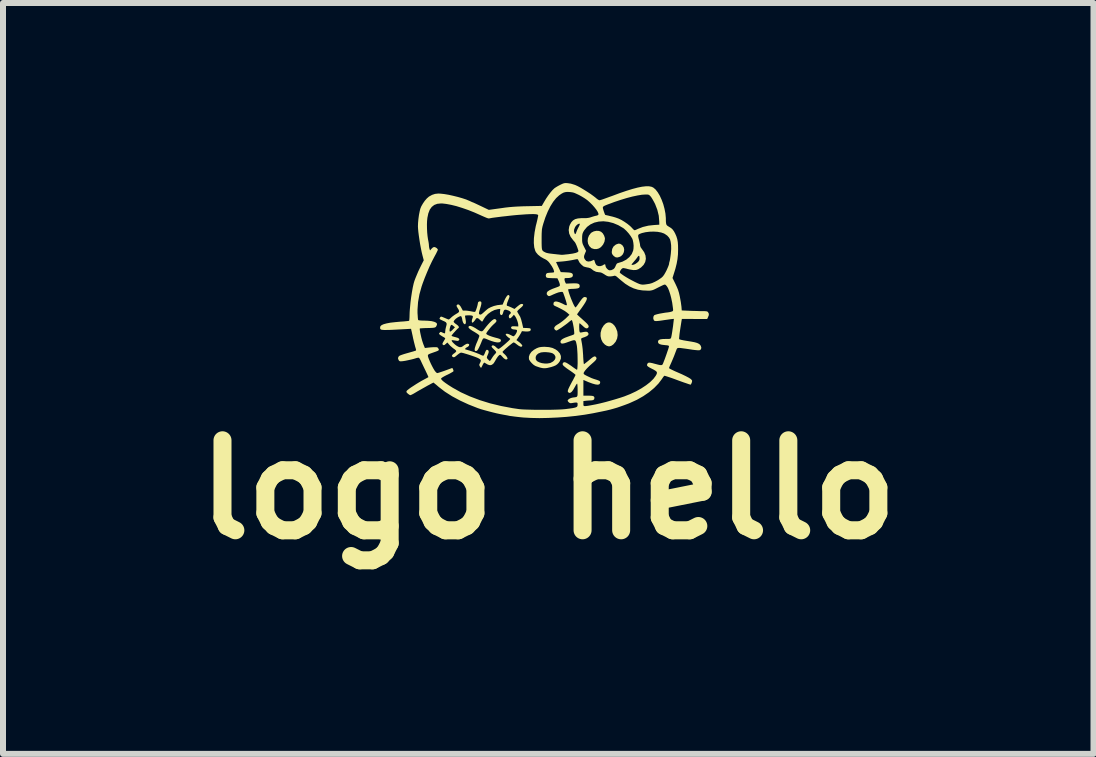
<source format=kicad_pcb>
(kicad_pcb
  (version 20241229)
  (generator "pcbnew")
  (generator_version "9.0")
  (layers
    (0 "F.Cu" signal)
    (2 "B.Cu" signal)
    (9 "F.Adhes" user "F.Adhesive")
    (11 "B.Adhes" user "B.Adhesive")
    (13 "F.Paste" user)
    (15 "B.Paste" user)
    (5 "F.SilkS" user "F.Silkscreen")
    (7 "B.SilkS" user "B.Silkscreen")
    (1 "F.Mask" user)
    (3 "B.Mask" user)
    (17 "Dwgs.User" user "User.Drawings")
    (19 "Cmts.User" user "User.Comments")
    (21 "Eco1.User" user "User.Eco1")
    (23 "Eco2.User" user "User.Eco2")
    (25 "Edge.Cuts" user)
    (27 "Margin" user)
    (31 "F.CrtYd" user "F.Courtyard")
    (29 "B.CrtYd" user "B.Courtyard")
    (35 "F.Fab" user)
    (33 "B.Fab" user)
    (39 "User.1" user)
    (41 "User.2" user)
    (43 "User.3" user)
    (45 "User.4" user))
  (footprint "logo hello"
    (layer "F.Cu")
    (at 6.102 2.108)
    (property "Reference" "logo hello" (at -0.016 3 0) (layer "F.SilkS") (effects (font (size 1.5 1.5) (thickness 0.3))))
    (attr board_only exclude_from_pos_files exclude_from_bom)
    (fp_poly (pts (xy 1.181 -1.096) (xy 1.21 -1.078) (xy 1.222 -1.067) (xy 1.242 -1.034) (xy 1.249 -0.996) (xy 1.243 -0.957) (xy 1.226 -0.92) (xy 1.198 -0.891) (xy 1.176 -0.879) (xy 1.139 -0.868) (xy 1.108 -0.87) (xy 1.08 -0.888) (xy 1.071 -0.896) (xy 1.052 -0.919) (xy 1.043 -0.941) (xy 1.042 -0.962) (xy 1.049 -1.01) (xy 1.071 -1.051) (xy 1.106 -1.08) (xy 1.115 -1.085) (xy 1.151 -1.098)) (stroke (width 0) (type solid)) (fill yes) (layer "F.SilkS"))
    (fp_poly (pts (xy 1.016 0.216) (xy 1.052 0.234) (xy 1.087 0.268) (xy 1.11 0.305) (xy 1.134 0.366) (xy 1.14 0.426) (xy 1.131 0.483) (xy 1.106 0.537) (xy 1.067 0.582) (xy 1.031 0.606) (xy 0.996 0.614) (xy 0.959 0.604) (xy 0.927 0.584) (xy 0.891 0.546) (xy 0.867 0.498) (xy 0.855 0.443) (xy 0.856 0.386) (xy 0.871 0.33) (xy 0.878 0.312) (xy 0.909 0.263) (xy 0.943 0.231) (xy 0.979 0.215)) (stroke (width 0) (type solid)) (fill yes) (layer "F.SilkS"))
    (fp_poly (pts (xy 0.828 -1.31) (xy 0.864 -1.296) (xy 0.864 -1.296) (xy 0.892 -1.27) (xy 0.914 -1.233) (xy 0.927 -1.193) (xy 0.928 -1.177) (xy 0.92 -1.13) (xy 0.898 -1.084) (xy 0.865 -1.044) (xy 0.83 -1.019) (xy 0.792 -1.008) (xy 0.749 -1.008) (xy 0.71 -1.02) (xy 0.699 -1.026) (xy 0.667 -1.058) (xy 0.647 -1.098) (xy 0.64 -1.142) (xy 0.645 -1.189) (xy 0.662 -1.233) (xy 0.691 -1.271) (xy 0.706 -1.284) (xy 0.743 -1.303) (xy 0.786 -1.312)) (stroke (width 0) (type solid)) (fill yes) (layer "F.SilkS"))
    (fp_poly (pts (xy -0.004 0.626) (xy 0.055 0.64) (xy 0.107 0.665) (xy 0.143 0.692) (xy 0.177 0.731) (xy 0.194 0.774) (xy 0.194 0.817) (xy 0.176 0.861) (xy 0.156 0.889) (xy 0.133 0.912) (xy 0.107 0.93) (xy 0.075 0.944) (xy 0.032 0.958) (xy 0.011 0.963) (xy -0.035 0.974) (xy -0.071 0.978) (xy -0.104 0.977) (xy -0.141 0.97) (xy -0.162 0.964) (xy -0.195 0.953) (xy -0.226 0.942) (xy -0.241 0.934) (xy -0.267 0.916) (xy -0.294 0.89) (xy -0.318 0.862) (xy -0.334 0.836) (xy -0.338 0.827) (xy -0.339 0.79) (xy -0.226 0.79) (xy -0.225 0.824) (xy -0.218 0.842) (xy -0.198 0.863) (xy -0.165 0.88) (xy -0.123 0.893) (xy -0.077 0.899) (xy -0.031 0.899) (xy 0.01 0.892) (xy 0.023 0.888) (xy 0.064 0.865) (xy 0.091 0.837) (xy 0.104 0.807) (xy 0.101 0.777) (xy 0.083 0.749) (xy 0.059 0.731) (xy 0.032 0.721) (xy -0.006 0.714) (xy -0.05 0.71) (xy -0.094 0.71) (xy -0.133 0.714) (xy -0.145 0.717) (xy -0.185 0.734) (xy -0.212 0.759) (xy -0.226 0.79) (xy -0.339 0.79) (xy -0.339 0.786) (xy -0.325 0.745) (xy -0.297 0.705) (xy -0.256 0.671) (xy -0.212 0.646) (xy -0.183 0.634) (xy -0.157 0.627) (xy -0.129 0.623) (xy -0.091 0.621) (xy -0.075 0.621)) (stroke (width 0) (type solid)) (fill yes) (layer "F.SilkS"))
    (fp_poly (pts (xy -0.889 0.168) (xy -0.883 0.177) (xy -0.879 0.187) (xy -0.881 0.197) (xy -0.89 0.211) (xy -0.909 0.23) (xy -0.931 0.25) (xy -0.96 0.279) (xy -0.988 0.311) (xy -1.014 0.344) (xy -1.035 0.372) (xy -1.048 0.394) (xy -1.05 0.403) (xy -1.042 0.413) (xy -1.02 0.426) (xy -0.988 0.44) (xy -0.947 0.454) (xy -0.902 0.467) (xy -0.86 0.478) (xy -0.832 0.487) (xy -0.816 0.495) (xy -0.808 0.503) (xy -0.805 0.514) (xy -0.805 0.517) (xy -0.813 0.536) (xy -0.833 0.546) (xy -0.867 0.548) (xy -0.911 0.54) (xy -0.964 0.524) (xy -1.006 0.508) (xy -1.046 0.491) (xy -1.073 0.481) (xy -1.091 0.479) (xy -1.103 0.485) (xy -1.113 0.502) (xy -1.125 0.529) (xy -1.129 0.54) (xy -1.152 0.595) (xy -1.171 0.635) (xy -1.186 0.663) (xy -1.198 0.68) (xy -1.21 0.689) (xy -1.221 0.691) (xy -1.236 0.689) (xy -1.242 0.679) (xy -1.243 0.661) (xy -1.239 0.64) (xy -1.229 0.608) (xy -1.215 0.569) (xy -1.203 0.542) (xy -1.187 0.504) (xy -1.175 0.472) (xy -1.166 0.447) (xy -1.164 0.437) (xy -1.172 0.424) (xy -1.195 0.406) (xy -1.234 0.381) (xy -1.242 0.376) (xy -1.288 0.349) (xy -1.319 0.327) (xy -1.338 0.31) (xy -1.346 0.295) (xy -1.345 0.285) (xy -1.332 0.273) (xy -1.308 0.273) (xy -1.274 0.286) (xy -1.23 0.31) (xy -1.223 0.315) (xy -1.183 0.341) (xy -1.153 0.357) (xy -1.132 0.363) (xy -1.115 0.36) (xy -1.099 0.347) (xy -1.081 0.324) (xy -1.076 0.318) (xy -1.051 0.286) (xy -1.02 0.249) (xy -0.989 0.215) (xy -0.986 0.212) (xy -0.952 0.18) (xy -0.925 0.162) (xy -0.904 0.158)) (stroke (width 0) (type solid)) (fill yes) (layer "F.SilkS"))
    (fp_poly (pts (xy -0.669 -0.235) (xy -0.663 -0.227) (xy -0.662 -0.216) (xy -0.667 -0.198) (xy -0.678 -0.17) (xy -0.682 -0.16) (xy -0.7 -0.114) (xy -0.708 -0.083) (xy -0.706 -0.065) (xy -0.698 -0.061) (xy -0.685 -0.058) (xy -0.661 -0.048) (xy -0.633 -0.036) (xy -0.579 -0.01) (xy -0.528 -0.054) (xy -0.496 -0.079) (xy -0.472 -0.092) (xy -0.455 -0.094) (xy -0.437 -0.088) (xy -0.434 -0.076) (xy -0.446 -0.056) (xy -0.474 -0.029) (xy -0.482 -0.023) (xy -0.507 -0.001) (xy -0.525 0.018) (xy -0.534 0.03) (xy -0.534 0.031) (xy -0.529 0.044) (xy -0.517 0.065) (xy -0.504 0.087) (xy -0.484 0.121) (xy -0.469 0.162) (xy -0.455 0.216) (xy -0.454 0.219) (xy -0.434 0.306) (xy -0.372 0.308) (xy -0.34 0.31) (xy -0.321 0.313) (xy -0.312 0.319) (xy -0.308 0.328) (xy -0.308 0.33) (xy -0.312 0.35) (xy -0.332 0.362) (xy -0.368 0.366) (xy -0.4 0.365) (xy -0.455 0.36) (xy -0.469 0.388) (xy -0.482 0.41) (xy -0.5 0.44) (xy -0.515 0.463) (xy -0.547 0.509) (xy -0.521 0.528) (xy -0.49 0.552) (xy -0.466 0.575) (xy -0.451 0.595) (xy -0.449 0.606) (xy -0.46 0.619) (xy -0.481 0.618) (xy -0.509 0.604) (xy -0.539 0.582) (xy -0.57 0.558) (xy -0.59 0.548) (xy -0.598 0.549) (xy -0.617 0.562) (xy -0.643 0.583) (xy -0.674 0.607) (xy -0.705 0.634) (xy -0.734 0.659) (xy -0.758 0.682) (xy -0.774 0.698) (xy -0.779 0.705) (xy -0.772 0.718) (xy -0.756 0.734) (xy -0.752 0.737) (xy -0.731 0.757) (xy -0.712 0.78) (xy -0.699 0.802) (xy -0.695 0.819) (xy -0.696 0.823) (xy -0.711 0.832) (xy -0.732 0.829) (xy -0.757 0.812) (xy -0.776 0.792) (xy -0.795 0.771) (xy -0.811 0.757) (xy -0.819 0.753) (xy -0.834 0.76) (xy -0.854 0.781) (xy -0.875 0.811) (xy -0.897 0.848) (xy -0.9 0.854) (xy -0.926 0.896) (xy -0.955 0.92) (xy -0.986 0.928) (xy -1.022 0.918) (xy -1.043 0.906) (xy -1.065 0.893) (xy -1.08 0.885) (xy -1.083 0.884) (xy -1.091 0.891) (xy -1.103 0.91) (xy -1.112 0.928) (xy -1.124 0.952) (xy -1.133 0.968) (xy -1.137 0.971) (xy -1.144 0.965) (xy -1.155 0.948) (xy -1.156 0.947) (xy -1.165 0.929) (xy -1.165 0.914) (xy -1.156 0.895) (xy -1.154 0.892) (xy -1.142 0.864) (xy -1.14 0.845) (xy -1.15 0.83) (xy -1.174 0.815) (xy -1.194 0.805) (xy -1.223 0.793) (xy -1.262 0.779) (xy -1.306 0.764) (xy -1.352 0.749) (xy -1.395 0.736) (xy -1.432 0.725) (xy -1.459 0.719) (xy -1.47 0.718) (xy -1.485 0.723) (xy -1.507 0.737) (xy -1.533 0.757) (xy -1.559 0.779) (xy -1.577 0.791) (xy -1.59 0.795) (xy -1.602 0.792) (xy -1.611 0.787) (xy -1.622 0.775) (xy -1.617 0.758) (xy -1.596 0.738) (xy -1.58 0.727) (xy -1.561 0.711) (xy -1.55 0.696) (xy -1.549 0.693) (xy -1.556 0.68) (xy -1.574 0.664) (xy -1.589 0.654) (xy -1.617 0.632) (xy -1.648 0.605) (xy -1.663 0.589) (xy -1.698 0.549) (xy -1.723 0.572) (xy -1.745 0.59) (xy -1.76 0.594) (xy -1.774 0.585) (xy -1.776 0.583) (xy -1.78 0.572) (xy -1.775 0.556) (xy -1.761 0.531) (xy -1.76 0.529) (xy -1.745 0.505) (xy -1.735 0.486) (xy -1.733 0.48) (xy -1.74 0.472) (xy -1.758 0.46) (xy -1.766 0.456) (xy -1.793 0.44) (xy -1.797 0.437) (xy -1.628 0.437) (xy -1.62 0.443) (xy -1.6 0.45) (xy -1.571 0.458) (xy -1.57 0.458) (xy -1.528 0.47) (xy -1.504 0.484) (xy -1.497 0.498) (xy -1.508 0.515) (xy -1.509 0.516) (xy -1.522 0.522) (xy -1.541 0.521) (xy -1.571 0.516) (xy -1.599 0.512) (xy -1.618 0.51) (xy -1.625 0.511) (xy -1.625 0.522) (xy -1.614 0.54) (xy -1.594 0.561) (xy -1.569 0.584) (xy -1.542 0.604) (xy -1.515 0.619) (xy -1.496 0.626) (xy -1.467 0.626) (xy -1.447 0.616) (xy -1.414 0.592) (xy -1.39 0.578) (xy -1.374 0.571) (xy -1.36 0.569) (xy -1.359 0.569) (xy -1.34 0.574) (xy -1.333 0.586) (xy -1.338 0.603) (xy -1.354 0.619) (xy -1.374 0.63) (xy -1.392 0.641) (xy -1.4 0.652) (xy -1.4 0.653) (xy -1.399 0.664) (xy -1.397 0.665) (xy -1.382 0.668) (xy -1.355 0.676) (xy -1.319 0.687) (xy -1.279 0.7) (xy -1.239 0.714) (xy -1.203 0.728) (xy -1.174 0.739) (xy -1.163 0.744) (xy -1.135 0.758) (xy -1.112 0.767) (xy -1.1 0.77) (xy -1.092 0.763) (xy -1.08 0.743) (xy -1.071 0.72) (xy -1.058 0.689) (xy -1.046 0.673) (xy -1.037 0.67) (xy -1.018 0.677) (xy -1.009 0.695) (xy -1.011 0.721) (xy -1.013 0.726) (xy -1.025 0.755) (xy -1.035 0.779) (xy -1.04 0.797) (xy -1.037 0.81) (xy -1.024 0.827) (xy -1.02 0.831) (xy -1.003 0.848) (xy -0.991 0.857) (xy -0.989 0.858) (xy -0.983 0.851) (xy -0.97 0.833) (xy -0.957 0.812) (xy -0.938 0.783) (xy -0.918 0.757) (xy -0.907 0.745) (xy -0.891 0.727) (xy -0.884 0.711) (xy -0.884 0.71) (xy -0.89 0.698) (xy -0.906 0.679) (xy -0.925 0.661) (xy -0.949 0.637) (xy -0.96 0.62) (xy -0.96 0.61) (xy -0.948 0.597) (xy -0.928 0.598) (xy -0.904 0.611) (xy -0.888 0.626) (xy -0.868 0.644) (xy -0.851 0.655) (xy -0.846 0.656) (xy -0.833 0.651) (xy -0.809 0.635) (xy -0.778 0.61) (xy -0.74 0.578) (xy -0.7 0.542) (xy -0.683 0.527) (xy -0.662 0.506) (xy -0.652 0.494) (xy -0.652 0.486) (xy -0.658 0.481) (xy -0.683 0.464) (xy -0.705 0.444) (xy -0.721 0.426) (xy -0.726 0.415) (xy -0.72 0.405) (xy -0.701 0.403) (xy -0.674 0.41) (xy -0.642 0.425) (xy -0.639 0.426) (xy -0.614 0.44) (xy -0.599 0.445) (xy -0.589 0.443) (xy -0.579 0.434) (xy -0.562 0.414) (xy -0.547 0.388) (xy -0.538 0.364) (xy -0.537 0.346) (xy -0.537 0.345) (xy -0.55 0.336) (xy -0.575 0.333) (xy -0.576 0.333) (xy -0.607 0.329) (xy -0.628 0.319) (xy -0.637 0.304) (xy -0.634 0.292) (xy -0.625 0.283) (xy -0.61 0.278) (xy -0.585 0.278) (xy -0.57 0.279) (xy -0.516 0.282) (xy -0.516 0.255) (xy -0.521 0.225) (xy -0.532 0.188) (xy -0.547 0.15) (xy -0.564 0.118) (xy -0.571 0.109) (xy -0.589 0.086) (xy -0.617 0.119) (xy -0.639 0.14) (xy -0.655 0.147) (xy -0.659 0.146) (xy -0.671 0.134) (xy -0.674 0.113) (xy -0.669 0.092) (xy -0.656 0.077) (xy -0.64 0.061) (xy -0.642 0.044) (xy -0.659 0.027) (xy -0.679 0.016) (xy -0.714 0.004) (xy -0.738 0.002) (xy -0.754 0.013) (xy -0.765 0.038) (xy -0.765 0.041) (xy -0.776 0.075) (xy -0.789 0.091) (xy -0.803 0.092) (xy -0.81 0.087) (xy -0.819 0.074) (xy -0.822 0.053) (xy -0.82 0.032) (xy -0.816 -0.011) (xy -0.858 -0.006) (xy -0.913 0.008) (xy -0.969 0.036) (xy -1.021 0.074) (xy -1.064 0.119) (xy -1.091 0.159) (xy -1.104 0.183) (xy -1.114 0.198) (xy -1.119 0.201) (xy -1.128 0.196) (xy -1.145 0.181) (xy -1.155 0.171) (xy -1.182 0.148) (xy -1.204 0.141) (xy -1.22 0.151) (xy -1.226 0.16) (xy -1.239 0.18) (xy -1.256 0.2) (xy -1.271 0.215) (xy -1.279 0.219) (xy -1.288 0.211) (xy -1.291 0.193) (xy -1.287 0.168) (xy -1.282 0.154) (xy -1.273 0.127) (xy -1.273 0.11) (xy -1.286 0.101) (xy -1.312 0.097) (xy -1.337 0.096) (xy -1.368 0.097) (xy -1.391 0.099) (xy -1.402 0.101) (xy -1.402 0.101) (xy -1.403 0.111) (xy -1.4 0.133) (xy -1.395 0.158) (xy -1.389 0.196) (xy -1.39 0.225) (xy -1.399 0.242) (xy -1.408 0.245) (xy -1.422 0.237) (xy -1.436 0.216) (xy -1.446 0.187) (xy -1.448 0.176) (xy -1.453 0.148) (xy -1.46 0.126) (xy -1.462 0.121) (xy -1.469 0.111) (xy -1.479 0.11) (xy -1.497 0.116) (xy -1.504 0.119) (xy -1.531 0.134) (xy -1.558 0.154) (xy -1.58 0.177) (xy -1.592 0.196) (xy -1.593 0.202) (xy -1.586 0.215) (xy -1.568 0.232) (xy -1.549 0.245) (xy -1.52 0.268) (xy -1.506 0.288) (xy -1.508 0.305) (xy -1.518 0.312) (xy -1.53 0.322) (xy -1.548 0.341) (xy -1.57 0.365) (xy -1.593 0.39) (xy -1.612 0.413) (xy -1.625 0.43) (xy -1.628 0.437) (xy -1.797 0.437) (xy -1.817 0.424) (xy -1.82 0.421) (xy -1.835 0.408) (xy -1.836 0.399) (xy -1.826 0.386) (xy -1.826 0.386) (xy -1.815 0.375) (xy -1.805 0.373) (xy -1.789 0.379) (xy -1.777 0.385) (xy -1.755 0.394) (xy -1.741 0.397) (xy -1.738 0.396) (xy -1.735 0.385) (xy -1.733 0.363) (xy -1.733 0.36) (xy -1.732 0.355) (xy -1.661 0.355) (xy -1.656 0.367) (xy -1.642 0.364) (xy -1.62 0.346) (xy -1.606 0.332) (xy -1.571 0.296) (xy -1.596 0.275) (xy -1.614 0.261) (xy -1.627 0.254) (xy -1.628 0.254) (xy -1.64 0.262) (xy -1.65 0.285) (xy -1.658 0.318) (xy -1.66 0.328) (xy -1.661 0.355) (xy -1.732 0.355) (xy -1.73 0.334) (xy -1.723 0.301) (xy -1.718 0.282) (xy -1.71 0.25) (xy -1.711 0.228) (xy -1.723 0.211) (xy -1.749 0.196) (xy -1.764 0.19) (xy -1.798 0.174) (xy -1.819 0.163) (xy -1.828 0.153) (xy -1.826 0.143) (xy -1.817 0.13) (xy -1.817 0.128) (xy -1.81 0.121) (xy -1.801 0.118) (xy -1.787 0.121) (xy -1.763 0.131) (xy -1.743 0.139) (xy -1.713 0.152) (xy -1.689 0.162) (xy -1.675 0.166) (xy -1.674 0.166) (xy -1.664 0.16) (xy -1.647 0.146) (xy -1.636 0.135) (xy -1.612 0.114) (xy -1.58 0.091) (xy -1.551 0.073) (xy -1.521 0.055) (xy -1.505 0.04) (xy -1.502 0.024) (xy -1.51 0.002) (xy -1.529 -0.029) (xy -1.542 -0.052) (xy -1.544 -0.066) (xy -1.54 -0.075) (xy -1.522 -0.087) (xy -1.503 -0.081) (xy -1.481 -0.057) (xy -1.467 -0.033) (xy -1.44 0.017) (xy -1.396 0.017) (xy -1.363 0.02) (xy -1.323 0.026) (xy -1.296 0.031) (xy -1.267 0.037) (xy -1.244 0.039) (xy -1.234 0.037) (xy -1.227 0.024) (xy -1.217 -0.001) (xy -1.207 -0.031) (xy -1.198 -0.062) (xy -1.192 -0.088) (xy -1.19 -0.101) (xy -1.184 -0.124) (xy -1.166 -0.136) (xy -1.147 -0.136) (xy -1.135 -0.128) (xy -1.13 -0.114) (xy -1.132 -0.09) (xy -1.14 -0.055) (xy -1.151 -0.02) (xy -1.164 0.021) (xy -1.17 0.05) (xy -1.171 0.067) (xy -1.166 0.077) (xy -1.156 0.083) (xy -1.154 0.083) (xy -1.141 0.084) (xy -1.125 0.075) (xy -1.102 0.056) (xy -1.091 0.046) (xy -1.063 0.021) (xy -1.036 -0.002) (xy -1.017 -0.017) (xy -0.975 -0.039) (xy -0.923 -0.059) (xy -0.866 -0.073) (xy -0.832 -0.077) (xy -0.776 -0.083) (xy -0.751 -0.144) (xy -0.735 -0.178) (xy -0.718 -0.207) (xy -0.704 -0.227) (xy -0.704 -0.227) (xy -0.689 -0.241) (xy -0.679 -0.243)) (stroke (width 0) (type solid)) (fill yes) (layer "F.SilkS"))
    (fp_poly (pts (xy 0.294 -2.107) (xy 0.307 -2.106) (xy 0.36 -2.098) (xy 0.419 -2.08) (xy 0.438 -2.073) (xy 0.477 -2.055) (xy 0.525 -2.029) (xy 0.578 -1.997) (xy 0.634 -1.962) (xy 0.689 -1.926) (xy 0.737 -1.891) (xy 0.776 -1.861) (xy 0.781 -1.856) (xy 0.805 -1.837) (xy 0.827 -1.824) (xy 0.838 -1.821) (xy 0.851 -1.824) (xy 0.878 -1.832) (xy 0.915 -1.845) (xy 0.962 -1.862) (xy 1.014 -1.881) (xy 1.043 -1.891) (xy 1.171 -1.939) (xy 1.285 -1.978) (xy 1.385 -2.009) (xy 1.472 -2.032) (xy 1.547 -2.047) (xy 1.61 -2.054) (xy 1.662 -2.054) (xy 1.704 -2.046) (xy 1.733 -2.033) (xy 1.771 -2.001) (xy 1.807 -1.955) (xy 1.842 -1.897) (xy 1.873 -1.829) (xy 1.9 -1.756) (xy 1.921 -1.678) (xy 1.936 -1.6) (xy 1.943 -1.524) (xy 1.943 -1.502) (xy 1.944 -1.46) (xy 1.948 -1.43) (xy 1.955 -1.41) (xy 1.969 -1.396) (xy 1.991 -1.382) (xy 1.994 -1.38) (xy 2.03 -1.358) (xy 2.056 -1.334) (xy 2.079 -1.302) (xy 2.099 -1.265) (xy 2.119 -1.219) (xy 2.133 -1.174) (xy 2.142 -1.124) (xy 2.146 -1.066) (xy 2.147 -1.002) (xy 2.145 -0.92) (xy 2.137 -0.842) (xy 2.123 -0.764) (xy 2.102 -0.68) (xy 2.086 -0.628) (xy 2.054 -0.526) (xy 2.103 -0.427) (xy 2.128 -0.373) (xy 2.147 -0.326) (xy 2.162 -0.277) (xy 2.175 -0.22) (xy 2.184 -0.171) (xy 2.193 -0.122) (xy 2.199 -0.077) (xy 2.203 -0.048) (xy 2.208 0.015) (xy 2.345 0.021) (xy 2.4 0.023) (xy 2.455 0.024) (xy 2.507 0.026) (xy 2.548 0.026) (xy 2.557 0.026) (xy 2.595 0.027) (xy 2.619 0.029) (xy 2.633 0.033) (xy 2.643 0.04) (xy 2.647 0.046) (xy 2.659 0.069) (xy 2.659 0.093) (xy 2.647 0.124) (xy 2.646 0.127) (xy 2.631 0.158) (xy 2.42 0.157) (xy 2.21 0.156) (xy 2.204 0.189) (xy 2.195 0.246) (xy 2.186 0.303) (xy 2.178 0.357) (xy 2.171 0.406) (xy 2.167 0.446) (xy 2.164 0.475) (xy 2.164 0.49) (xy 2.164 0.491) (xy 2.174 0.498) (xy 2.2 0.505) (xy 2.243 0.514) (xy 2.303 0.524) (xy 2.303 0.524) (xy 2.371 0.535) (xy 2.423 0.545) (xy 2.462 0.556) (xy 2.49 0.569) (xy 2.509 0.583) (xy 2.522 0.6) (xy 2.526 0.608) (xy 2.534 0.635) (xy 2.53 0.655) (xy 2.53 0.656) (xy 2.524 0.665) (xy 2.517 0.672) (xy 2.507 0.677) (xy 2.491 0.679) (xy 2.468 0.678) (xy 2.435 0.675) (xy 2.391 0.67) (xy 2.334 0.661) (xy 2.271 0.652) (xy 2.219 0.645) (xy 2.182 0.64) (xy 2.157 0.639) (xy 2.14 0.642) (xy 2.13 0.649) (xy 2.123 0.661) (xy 2.119 0.672) (xy 2.1 0.722) (xy 2.079 0.777) (xy 2.057 0.83) (xy 2.037 0.877) (xy 2.021 0.913) (xy 2.021 0.913) (xy 2.008 0.941) (xy 1.999 0.964) (xy 1.996 0.976) (xy 2.003 0.982) (xy 2.025 0.994) (xy 2.057 1.01) (xy 2.097 1.029) (xy 2.132 1.044) (xy 2.212 1.079) (xy 2.276 1.11) (xy 2.325 1.136) (xy 2.358 1.157) (xy 2.376 1.176) (xy 2.381 1.188) (xy 2.378 1.208) (xy 2.37 1.229) (xy 2.361 1.246) (xy 2.355 1.252) (xy 2.344 1.249) (xy 2.319 1.241) (xy 2.285 1.229) (xy 2.243 1.215) (xy 2.198 1.199) (xy 2.151 1.182) (xy 2.127 1.173) (xy 2.084 1.157) (xy 2.04 1.141) (xy 1.998 1.127) (xy 1.962 1.115) (xy 1.935 1.107) (xy 1.92 1.103) (xy 1.919 1.103) (xy 1.911 1.11) (xy 1.897 1.128) (xy 1.88 1.153) (xy 1.877 1.158) (xy 1.82 1.233) (xy 1.748 1.307) (xy 1.663 1.378) (xy 1.566 1.444) (xy 1.46 1.504) (xy 1.348 1.555) (xy 1.322 1.566) (xy 1.253 1.592) (xy 1.191 1.614) (xy 1.133 1.634) (xy 1.075 1.651) (xy 1.013 1.668) (xy 0.946 1.684) (xy 0.869 1.7) (xy 0.78 1.718) (xy 0.731 1.728) (xy 0.592 1.752) (xy 0.445 1.772) (xy 0.292 1.788) (xy 0.137 1.799) (xy -0.016 1.806) (xy -0.164 1.809) (xy -0.304 1.806) (xy -0.432 1.799) (xy -0.473 1.795) (xy -0.527 1.789) (xy -0.578 1.783) (xy -0.622 1.777) (xy -0.655 1.773) (xy -0.67 1.77) (xy -0.703 1.763) (xy -0.743 1.756) (xy -0.771 1.751) (xy -0.818 1.742) (xy -0.878 1.729) (xy -0.944 1.713) (xy -1.013 1.695) (xy -1.08 1.677) (xy -1.139 1.66) (xy -1.186 1.644) (xy -1.192 1.642) (xy -1.344 1.582) (xy -1.487 1.516) (xy -1.619 1.445) (xy -1.737 1.37) (xy -1.839 1.292) (xy -1.854 1.279) (xy -1.883 1.254) (xy -1.908 1.234) (xy -1.924 1.22) (xy -1.929 1.217) (xy -1.938 1.221) (xy -1.96 1.232) (xy -1.991 1.249) (xy -2.029 1.269) (xy -2.071 1.293) (xy -2.114 1.317) (xy -2.155 1.34) (xy -2.192 1.361) (xy -2.222 1.379) (xy -2.237 1.388) (xy -2.268 1.406) (xy -2.294 1.419) (xy -2.311 1.426) (xy -2.314 1.427) (xy -2.329 1.421) (xy -2.349 1.407) (xy -2.355 1.402) (xy -2.369 1.389) (xy -2.378 1.378) (xy -2.38 1.367) (xy -2.375 1.355) (xy -2.361 1.341) (xy -2.337 1.322) (xy -2.302 1.297) (xy -2.254 1.266) (xy -2.214 1.24) (xy -2.173 1.215) (xy -2.129 1.189) (xy -2.088 1.167) (xy -2.077 1.161) (xy -2.047 1.145) (xy -2.025 1.133) (xy -2.014 1.126) (xy -2.013 1.125) (xy -2.017 1.116) (xy -2.026 1.094) (xy -2.041 1.062) (xy -2.059 1.024) (xy -2.064 1.013) (xy -2.086 0.968) (xy -2.107 0.924) (xy -2.125 0.886) (xy -2.138 0.858) (xy -2.138 0.857) (xy -2.152 0.83) (xy -2.165 0.81) (xy -2.173 0.803) (xy -2.188 0.803) (xy -2.212 0.808) (xy -2.218 0.81) (xy -2.254 0.821) (xy -2.301 0.833) (xy -2.351 0.844) (xy -2.399 0.854) (xy -2.439 0.86) (xy -2.448 0.861) (xy -2.476 0.863) (xy -2.493 0.86) (xy -2.504 0.851) (xy -2.507 0.847) (xy -2.52 0.818) (xy -2.515 0.791) (xy -2.5 0.773) (xy -2.485 0.765) (xy -2.456 0.754) (xy -2.417 0.741) (xy -2.372 0.728) (xy -2.354 0.723) (xy -2.309 0.71) (xy -2.27 0.699) (xy -2.241 0.69) (xy -2.224 0.684) (xy -2.221 0.683) (xy -2.219 0.672) (xy -2.224 0.651) (xy -2.228 0.638) (xy -2.235 0.615) (xy -2.244 0.579) (xy -2.255 0.536) (xy -2.266 0.489) (xy -2.268 0.481) (xy -2.277 0.436) (xy -2.286 0.396) (xy -2.293 0.364) (xy -2.298 0.345) (xy -2.298 0.342) (xy -2.303 0.321) (xy -2.414 0.327) (xy -2.508 0.332) (xy -2.587 0.336) (xy -2.651 0.339) (xy -2.702 0.34) (xy -2.741 0.341) (xy -2.77 0.339) (xy -2.791 0.337) (xy -2.805 0.332) (xy -2.813 0.326) (xy -2.817 0.318) (xy -2.818 0.308) (xy -2.818 0.296) (xy -2.812 0.276) (xy -2.792 0.259) (xy -2.759 0.244) (xy -2.711 0.231) (xy -2.648 0.219) (xy -2.568 0.21) (xy -2.472 0.201) (xy -2.469 0.201) (xy -2.424 0.198) (xy -2.385 0.194) (xy -2.355 0.191) (xy -2.338 0.188) (xy -2.336 0.187) (xy -2.332 0.177) (xy -2.33 0.154) (xy -2.328 0.122) (xy -2.328 0.11) (xy -2.326 0.045) (xy -2.323 0.000044) (xy -2.195 0.000044) (xy -2.195 0.058) (xy -2.192 0.1) (xy -2.19 0.136) (xy -2.187 0.162) (xy -2.184 0.174) (xy -2.184 0.174) (xy -2.173 0.179) (xy -2.146 0.182) (xy -2.108 0.184) (xy -2.089 0.184) (xy -2.019 0.187) (xy -1.961 0.193) (xy -1.917 0.204) (xy -1.886 0.218) (xy -1.871 0.235) (xy -1.871 0.252) (xy -1.879 0.272) (xy -1.887 0.286) (xy -1.899 0.296) (xy -1.918 0.302) (xy -1.946 0.305) (xy -1.986 0.307) (xy -2.026 0.308) (xy -2.071 0.309) (xy -2.11 0.311) (xy -2.138 0.313) (xy -2.154 0.314) (xy -2.156 0.315) (xy -2.158 0.327) (xy -2.155 0.353) (xy -2.149 0.388) (xy -2.14 0.429) (xy -2.13 0.473) (xy -2.118 0.517) (xy -2.105 0.557) (xy -2.095 0.585) (xy -2.072 0.641) (xy -2.023 0.635) (xy -1.985 0.631) (xy -1.943 0.628) (xy -1.917 0.627) (xy -1.886 0.627) (xy -1.868 0.629) (xy -1.857 0.636) (xy -1.848 0.648) (xy -1.847 0.65) (xy -1.841 0.663) (xy -1.839 0.672) (xy -1.845 0.68) (xy -1.86 0.689) (xy -1.887 0.7) (xy -1.927 0.714) (xy -1.941 0.719) (xy -1.978 0.732) (xy -2.002 0.742) (xy -2.015 0.75) (xy -2.021 0.759) (xy -2.022 0.77) (xy -2.022 0.772) (xy -2.018 0.791) (xy -2.007 0.822) (xy -1.991 0.861) (xy -1.972 0.903) (xy -1.951 0.945) (xy -1.93 0.984) (xy -1.911 1.015) (xy -1.909 1.019) (xy -1.891 1.041) (xy -1.874 1.056) (xy -1.866 1.059) (xy -1.853 1.056) (xy -1.827 1.048) (xy -1.791 1.036) (xy -1.749 1.022) (xy -1.733 1.016) (xy -1.615 0.973) (xy -1.603 0.995) (xy -1.596 1.015) (xy -1.596 1.028) (xy -1.605 1.036) (xy -1.627 1.049) (xy -1.658 1.067) (xy -1.696 1.086) (xy -1.702 1.088) (xy -1.747 1.111) (xy -1.778 1.129) (xy -1.796 1.142) (xy -1.803 1.152) (xy -1.803 1.153) (xy -1.794 1.169) (xy -1.771 1.192) (xy -1.732 1.222) (xy -1.678 1.259) (xy -1.61 1.302) (xy -1.474 1.378) (xy -1.323 1.447) (xy -1.159 1.509) (xy -0.985 1.563) (xy -0.802 1.607) (xy -0.612 1.643) (xy -0.503 1.659) (xy -0.46 1.663) (xy -0.403 1.666) (xy -0.334 1.668) (xy -0.257 1.67) (xy -0.175 1.671) (xy -0.091 1.671) (xy -0.008 1.671) (xy 0.072 1.669) (xy 0.145 1.667) (xy 0.207 1.664) (xy 0.257 1.66) (xy 0.275 1.658) (xy 0.338 1.65) (xy 0.386 1.643) (xy 0.421 1.636) (xy 0.445 1.629) (xy 0.46 1.621) (xy 0.468 1.611) (xy 0.472 1.597) (xy 0.472 1.58) (xy 0.473 1.578) (xy 0.471 1.558) (xy 0.462 1.551) (xy 0.444 1.549) (xy 0.415 1.552) (xy 0.385 1.557) (xy 0.383 1.557) (xy 0.358 1.561) (xy 0.339 1.555) (xy 0.328 1.548) (xy 0.313 1.532) (xy 0.306 1.519) (xy 0.306 1.519) (xy 0.314 1.503) (xy 0.334 1.487) (xy 0.362 1.474) (xy 0.394 1.466) (xy 0.395 1.466) (xy 0.427 1.462) (xy 0.449 1.458) (xy 0.462 1.451) (xy 0.469 1.438) (xy 0.472 1.416) (xy 0.473 1.382) (xy 0.473 1.343) (xy 0.472 1.297) (xy 0.47 1.262) (xy 0.467 1.24) (xy 0.464 1.234) (xy 0.456 1.241) (xy 0.443 1.261) (xy 0.428 1.288) (xy 0.425 1.293) (xy 0.398 1.34) (xy 0.373 1.372) (xy 0.349 1.388) (xy 0.329 1.388) (xy 0.312 1.373) (xy 0.309 1.362) (xy 0.311 1.346) (xy 0.319 1.323) (xy 0.334 1.291) (xy 0.356 1.248) (xy 0.386 1.191) (xy 0.392 1.182) (xy 0.41 1.147) (xy 0.425 1.118) (xy 0.435 1.097) (xy 0.438 1.089) (xy 0.431 1.081) (xy 0.412 1.065) (xy 0.384 1.044) (xy 0.349 1.019) (xy 0.336 1.011) (xy 0.29 0.979) (xy 0.258 0.954) (xy 0.237 0.936) (xy 0.226 0.921) (xy 0.223 0.908) (xy 0.226 0.895) (xy 0.228 0.893) (xy 0.239 0.88) (xy 0.255 0.877) (xy 0.278 0.883) (xy 0.31 0.901) (xy 0.352 0.929) (xy 0.364 0.937) (xy 0.398 0.962) (xy 0.428 0.983) (xy 0.45 0.997) (xy 0.461 1.004) (xy 0.466 0.998) (xy 0.469 0.977) (xy 0.471 0.944) (xy 0.473 0.901) (xy 0.473 0.853) (xy 0.472 0.8) (xy 0.471 0.747) (xy 0.468 0.695) (xy 0.465 0.648) (xy 0.461 0.609) (xy 0.456 0.582) (xy 0.448 0.547) (xy 0.44 0.524) (xy 0.427 0.512) (xy 0.408 0.511) (xy 0.379 0.518) (xy 0.336 0.533) (xy 0.332 0.534) (xy 0.283 0.552) (xy 0.247 0.563) (xy 0.221 0.567) (xy 0.204 0.565) (xy 0.193 0.557) (xy 0.193 0.556) (xy 0.186 0.54) (xy 0.191 0.521) (xy 0.204 0.504) (xy 0.227 0.487) (xy 0.264 0.469) (xy 0.315 0.45) (xy 0.337 0.442) (xy 0.37 0.431) (xy 0.397 0.421) (xy 0.412 0.413) (xy 0.414 0.412) (xy 0.417 0.4) (xy 0.416 0.375) (xy 0.413 0.342) (xy 0.408 0.304) (xy 0.401 0.265) (xy 0.394 0.229) (xy 0.386 0.199) (xy 0.379 0.18) (xy 0.375 0.175) (xy 0.364 0.18) (xy 0.345 0.194) (xy 0.328 0.208) (xy 0.304 0.228) (xy 0.272 0.252) (xy 0.237 0.277) (xy 0.202 0.302) (xy 0.169 0.323) (xy 0.142 0.34) (xy 0.124 0.349) (xy 0.119 0.35) (xy 0.105 0.344) (xy 0.092 0.333) (xy 0.082 0.313) (xy 0.087 0.293) (xy 0.107 0.27) (xy 0.145 0.245) (xy 0.155 0.24) (xy 0.189 0.217) (xy 0.228 0.188) (xy 0.266 0.156) (xy 0.276 0.147) (xy 0.337 0.087) (xy 0.3 0.054) (xy 0.259 0.024) (xy 0.203 -0.008) (xy 0.135 -0.042) (xy 0.112 -0.052) (xy 0.087 -0.064) (xy 0.074 -0.075) (xy 0.07 -0.089) (xy 0.07 -0.096) (xy 0.076 -0.121) (xy 0.095 -0.133) (xy 0.125 -0.134) (xy 0.167 -0.122) (xy 0.22 -0.099) (xy 0.233 -0.092) (xy 0.265 -0.076) (xy 0.284 -0.071) (xy 0.293 -0.075) (xy 0.293 -0.09) (xy 0.292 -0.094) (xy 0.286 -0.117) (xy 0.277 -0.149) (xy 0.265 -0.186) (xy 0.253 -0.222) (xy 0.241 -0.255) (xy 0.232 -0.279) (xy 0.228 -0.288) (xy 0.214 -0.295) (xy 0.188 -0.293) (xy 0.151 -0.285) (xy 0.108 -0.269) (xy 0.061 -0.249) (xy 0.029 -0.234) (xy 0.008 -0.226) (xy -0.005 -0.224) (xy -0.016 -0.228) (xy -0.023 -0.232) (xy -0.04 -0.252) (xy -0.042 -0.276) (xy -0.03 -0.298) (xy -0.028 -0.3) (xy 0.004 -0.322) (xy 0.054 -0.345) (xy 0.114 -0.367) (xy 0.146 -0.379) (xy 0.166 -0.388) (xy 0.175 -0.396) (xy 0.177 -0.406) (xy 0.177 -0.416) (xy 0.171 -0.44) (xy 0.16 -0.469) (xy 0.155 -0.481) (xy 0.136 -0.521) (xy 0.046 -0.523) (xy 0.005 -0.525) (xy -0.022 -0.527) (xy -0.039 -0.531) (xy -0.048 -0.537) (xy -0.053 -0.543) (xy -0.058 -0.566) (xy -0.053 -0.59) (xy -0.039 -0.606) (xy -0.032 -0.608) (xy -0.013 -0.611) (xy 0.016 -0.614) (xy 0.035 -0.615) (xy 0.062 -0.617) (xy 0.076 -0.62) (xy 0.081 -0.628) (xy 0.08 -0.639) (xy 0.068 -0.676) (xy 0.043 -0.722) (xy 0.009 -0.771) (xy -0.007 -0.791) (xy 0.114 -0.791) (xy 0.117 -0.783) (xy 0.127 -0.762) (xy 0.141 -0.732) (xy 0.153 -0.706) (xy 0.192 -0.624) (xy 0.279 -0.62) (xy 0.327 -0.617) (xy 0.359 -0.612) (xy 0.38 -0.603) (xy 0.391 -0.59) (xy 0.394 -0.571) (xy 0.394 -0.569) (xy 0.387 -0.548) (xy 0.367 -0.534) (xy 0.331 -0.526) (xy 0.302 -0.525) (xy 0.274 -0.525) (xy 0.26 -0.522) (xy 0.255 -0.514) (xy 0.254 -0.503) (xy 0.258 -0.478) (xy 0.266 -0.456) (xy 0.279 -0.432) (xy 0.372 -0.436) (xy 0.425 -0.437) (xy 0.463 -0.435) (xy 0.488 -0.428) (xy 0.502 -0.416) (xy 0.507 -0.399) (xy 0.508 -0.393) (xy 0.505 -0.374) (xy 0.495 -0.361) (xy 0.475 -0.353) (xy 0.443 -0.348) (xy 0.402 -0.345) (xy 0.366 -0.344) (xy 0.338 -0.341) (xy 0.32 -0.339) (xy 0.317 -0.338) (xy 0.316 -0.326) (xy 0.322 -0.301) (xy 0.332 -0.268) (xy 0.346 -0.228) (xy 0.362 -0.185) (xy 0.38 -0.142) (xy 0.397 -0.102) (xy 0.413 -0.069) (xy 0.427 -0.046) (xy 0.436 -0.035) (xy 0.437 -0.035) (xy 0.446 -0.042) (xy 0.461 -0.06) (xy 0.479 -0.085) (xy 0.482 -0.09) (xy 0.513 -0.135) (xy 0.537 -0.168) (xy 0.555 -0.189) (xy 0.57 -0.202) (xy 0.583 -0.208) (xy 0.596 -0.209) (xy 0.598 -0.208) (xy 0.616 -0.204) (xy 0.626 -0.194) (xy 0.627 -0.178) (xy 0.619 -0.153) (xy 0.602 -0.12) (xy 0.574 -0.076) (xy 0.536 -0.021) (xy 0.506 0.019) (xy 0.487 0.046) (xy 0.472 0.067) (xy 0.464 0.079) (xy 0.464 0.081) (xy 0.47 0.088) (xy 0.487 0.104) (xy 0.513 0.128) (xy 0.545 0.156) (xy 0.56 0.17) (xy 0.602 0.208) (xy 0.632 0.237) (xy 0.65 0.26) (xy 0.657 0.278) (xy 0.655 0.292) (xy 0.646 0.305) (xy 0.629 0.314) (xy 0.609 0.311) (xy 0.583 0.295) (xy 0.557 0.271) (xy 0.533 0.25) (xy 0.515 0.234) (xy 0.505 0.228) (xy 0.505 0.228) (xy 0.502 0.235) (xy 0.5 0.256) (xy 0.499 0.284) (xy 0.5 0.314) (xy 0.501 0.343) (xy 0.504 0.364) (xy 0.505 0.366) (xy 0.511 0.38) (xy 0.523 0.383) (xy 0.537 0.381) (xy 0.579 0.373) (xy 0.607 0.37) (xy 0.626 0.371) (xy 0.639 0.378) (xy 0.642 0.381) (xy 0.655 0.402) (xy 0.651 0.422) (xy 0.63 0.441) (xy 0.591 0.459) (xy 0.569 0.466) (xy 0.542 0.476) (xy 0.531 0.488) (xy 0.531 0.49) (xy 0.533 0.505) (xy 0.538 0.531) (xy 0.544 0.565) (xy 0.546 0.575) (xy 0.551 0.611) (xy 0.557 0.659) (xy 0.561 0.713) (xy 0.565 0.767) (xy 0.565 0.779) (xy 0.568 0.824) (xy 0.571 0.863) (xy 0.574 0.892) (xy 0.577 0.908) (xy 0.578 0.91) (xy 0.587 0.905) (xy 0.606 0.89) (xy 0.633 0.869) (xy 0.662 0.845) (xy 0.7 0.813) (xy 0.727 0.793) (xy 0.748 0.782) (xy 0.762 0.781) (xy 0.774 0.787) (xy 0.777 0.789) (xy 0.787 0.805) (xy 0.787 0.822) (xy 0.774 0.843) (xy 0.749 0.869) (xy 0.716 0.898) (xy 0.667 0.942) (xy 0.627 0.982) (xy 0.596 1.018) (xy 0.577 1.047) (xy 0.574 1.057) (xy 0.573 1.067) (xy 0.578 1.076) (xy 0.592 1.087) (xy 0.618 1.101) (xy 0.636 1.11) (xy 0.672 1.127) (xy 0.707 1.143) (xy 0.735 1.153) (xy 0.74 1.155) (xy 0.785 1.169) (xy 0.816 1.18) (xy 0.836 1.19) (xy 0.846 1.199) (xy 0.849 1.21) (xy 0.849 1.212) (xy 0.844 1.234) (xy 0.83 1.248) (xy 0.804 1.252) (xy 0.767 1.247) (xy 0.718 1.233) (xy 0.655 1.21) (xy 0.602 1.187) (xy 0.569 1.173) (xy 0.569 1.304) (xy 0.569 1.435) (xy 0.65 1.435) (xy 0.695 1.436) (xy 0.725 1.44) (xy 0.742 1.447) (xy 0.751 1.46) (xy 0.753 1.475) (xy 0.747 1.497) (xy 0.73 1.509) (xy 0.698 1.514) (xy 0.691 1.514) (xy 0.655 1.516) (xy 0.617 1.519) (xy 0.61 1.52) (xy 0.569 1.525) (xy 0.569 1.568) (xy 0.569 1.586) (xy 0.571 1.599) (xy 0.577 1.606) (xy 0.589 1.609) (xy 0.611 1.608) (xy 0.644 1.604) (xy 0.691 1.596) (xy 0.712 1.592) (xy 0.775 1.58) (xy 0.851 1.563) (xy 0.935 1.542) (xy 1.022 1.518) (xy 1.108 1.493) (xy 1.189 1.468) (xy 1.249 1.448) (xy 1.35 1.408) (xy 1.446 1.363) (xy 1.534 1.314) (xy 1.613 1.262) (xy 1.681 1.209) (xy 1.736 1.155) (xy 1.775 1.103) (xy 1.775 1.102) (xy 1.79 1.075) (xy 1.795 1.054) (xy 1.79 1.037) (xy 1.772 1.021) (xy 1.741 1.002) (xy 1.711 0.987) (xy 1.671 0.966) (xy 1.646 0.95) (xy 1.632 0.936) (xy 1.629 0.923) (xy 1.634 0.907) (xy 1.637 0.901) (xy 1.646 0.89) (xy 1.661 0.885) (xy 1.684 0.886) (xy 1.719 0.893) (xy 1.767 0.906) (xy 1.768 0.906) (xy 1.813 0.918) (xy 1.845 0.925) (xy 1.866 0.926) (xy 1.88 0.923) (xy 1.888 0.914) (xy 1.891 0.91) (xy 1.899 0.892) (xy 1.91 0.863) (xy 1.925 0.825) (xy 1.94 0.783) (xy 1.956 0.738) (xy 1.97 0.696) (xy 1.983 0.659) (xy 1.991 0.631) (xy 1.995 0.615) (xy 1.996 0.614) (xy 1.993 0.606) (xy 1.984 0.6) (xy 1.965 0.596) (xy 1.932 0.593) (xy 1.924 0.592) (xy 1.874 0.586) (xy 1.839 0.576) (xy 1.819 0.561) (xy 1.812 0.541) (xy 1.812 0.539) (xy 1.816 0.519) (xy 1.83 0.505) (xy 1.855 0.496) (xy 1.894 0.491) (xy 1.936 0.49) (xy 1.976 0.49) (xy 2.001 0.489) (xy 2.016 0.486) (xy 2.025 0.48) (xy 2.029 0.471) (xy 2.031 0.468) (xy 2.035 0.45) (xy 2.041 0.419) (xy 2.048 0.377) (xy 2.055 0.328) (xy 2.063 0.275) (xy 2.069 0.222) (xy 2.072 0.198) (xy 2.077 0.155) (xy 2.03 0.16) (xy 2 0.164) (xy 1.959 0.17) (xy 1.915 0.176) (xy 1.896 0.179) (xy 1.842 0.187) (xy 1.802 0.191) (xy 1.775 0.192) (xy 1.757 0.189) (xy 1.746 0.182) (xy 1.742 0.176) (xy 1.733 0.146) (xy 1.736 0.118) (xy 1.748 0.096) (xy 1.753 0.093) (xy 1.77 0.086) (xy 1.801 0.077) (xy 1.841 0.068) (xy 1.887 0.06) (xy 1.934 0.052) (xy 1.978 0.047) (xy 2.009 0.042) (xy 2.036 0.035) (xy 2.042 0.033) (xy 2.056 0.027) (xy 2.063 0.018) (xy 2.064 0.003) (xy 2.061 -0.025) (xy 2.049 -0.113) (xy 2.032 -0.194) (xy 2.017 -0.251) (xy 1.997 -0.313) (xy 1.978 -0.359) (xy 1.958 -0.391) (xy 1.944 -0.406) (xy 1.936 -0.413) (xy 1.928 -0.416) (xy 1.917 -0.415) (xy 1.9 -0.409) (xy 1.873 -0.396) (xy 1.836 -0.378) (xy 1.818 -0.369) (xy 1.775 -0.347) (xy 1.744 -0.332) (xy 1.719 -0.323) (xy 1.698 -0.318) (xy 1.676 -0.315) (xy 1.649 -0.315) (xy 1.637 -0.315) (xy 1.553 -0.319) (xy 1.477 -0.331) (xy 1.406 -0.353) (xy 1.336 -0.386) (xy 1.266 -0.43) (xy 1.193 -0.489) (xy 1.151 -0.525) (xy 1.121 -0.551) (xy 1.099 -0.563) (xy 1.087 -0.564) (xy 1.061 -0.557) (xy 1.028 -0.553) (xy 0.996 -0.552) (xy 0.978 -0.555) (xy 0.959 -0.562) (xy 0.933 -0.577) (xy 0.912 -0.591) (xy 0.877 -0.611) (xy 0.848 -0.62) (xy 0.831 -0.621) (xy 0.812 -0.624) (xy 1.176 -0.624) (xy 1.176 -0.616) (xy 1.187 -0.604) (xy 1.211 -0.586) (xy 1.244 -0.563) (xy 1.286 -0.537) (xy 1.332 -0.51) (xy 1.381 -0.484) (xy 1.427 -0.46) (xy 1.469 -0.44) (xy 1.502 -0.426) (xy 1.53 -0.418) (xy 1.558 -0.415) (xy 1.59 -0.417) (xy 1.632 -0.423) (xy 1.671 -0.429) (xy 1.713 -0.441) (xy 1.762 -0.463) (xy 1.813 -0.491) (xy 1.86 -0.523) (xy 1.872 -0.532) (xy 1.894 -0.553) (xy 1.914 -0.58) (xy 1.935 -0.616) (xy 1.953 -0.65) (xy 1.97 -0.688) (xy 1.984 -0.721) (xy 1.993 -0.746) (xy 1.996 -0.758) (xy 1.999 -0.781) (xy 2.005 -0.802) (xy 2.01 -0.821) (xy 2.015 -0.852) (xy 2.021 -0.892) (xy 2.026 -0.932) (xy 2.032 -1.009) (xy 2.031 -1.073) (xy 2.023 -1.131) (xy 2.013 -1.169) (xy 1.995 -1.2) (xy 1.966 -1.232) (xy 1.927 -1.259) (xy 1.911 -1.268) (xy 1.865 -1.284) (xy 1.806 -1.295) (xy 1.741 -1.299) (xy 1.672 -1.297) (xy 1.606 -1.289) (xy 1.546 -1.275) (xy 1.529 -1.269) (xy 1.504 -1.259) (xy 1.489 -1.25) (xy 1.482 -1.237) (xy 1.482 -1.218) (xy 1.488 -1.188) (xy 1.497 -1.156) (xy 1.505 -1.121) (xy 1.512 -1.089) (xy 1.514 -1.068) (xy 1.514 -1.066) (xy 1.522 -1.04) (xy 1.543 -1.01) (xy 1.544 -1.009) (xy 1.582 -0.955) (xy 1.604 -0.9) (xy 1.61 -0.845) (xy 1.599 -0.792) (xy 1.572 -0.744) (xy 1.529 -0.701) (xy 1.482 -0.671) (xy 1.446 -0.659) (xy 1.4 -0.658) (xy 1.343 -0.667) (xy 1.313 -0.674) (xy 1.28 -0.683) (xy 1.25 -0.689) (xy 1.232 -0.691) (xy 1.23 -0.691) (xy 1.214 -0.684) (xy 1.197 -0.667) (xy 1.183 -0.645) (xy 1.176 -0.624) (xy 0.812 -0.624) (xy 0.78 -0.629) (xy 0.734 -0.652) (xy 0.712 -0.67) (xy 0.689 -0.687) (xy 0.655 -0.698) (xy 0.636 -0.701) (xy 0.605 -0.708) (xy 0.581 -0.715) (xy 0.569 -0.72) (xy 0.532 -0.752) (xy 0.504 -0.784) (xy 0.49 -0.811) (xy 0.48 -0.831) (xy 0.47 -0.84) (xy 0.469 -0.84) (xy 0.456 -0.839) (xy 0.43 -0.834) (xy 0.396 -0.827) (xy 0.376 -0.823) (xy 0.328 -0.815) (xy 0.272 -0.807) (xy 0.218 -0.801) (xy 0.203 -0.8) (xy 0.166 -0.797) (xy 0.137 -0.795) (xy 0.118 -0.792) (xy 0.114 -0.791) (xy -0.007 -0.791) (xy -0.015 -0.8) (xy -0.04 -0.822) (xy -0.072 -0.841) (xy -0.089 -0.848) (xy -0.143 -0.879) (xy -0.189 -0.916) (xy -0.222 -0.956) (xy -0.233 -0.978) (xy -0.25 -1.036) (xy -0.257 -1.108) (xy -0.256 -1.168) (xy -0.127 -1.168) (xy -0.127 -1.106) (xy -0.126 -1.06) (xy -0.124 -1.026) (xy -0.12 -1.002) (xy -0.113 -0.985) (xy -0.102 -0.973) (xy -0.088 -0.964) (xy -0.071 -0.955) (xy -0.056 -0.948) (xy -0.039 -0.943) (xy -0.017 -0.938) (xy 0.013 -0.933) (xy 0.055 -0.928) (xy 0.11 -0.922) (xy 0.136 -0.919) (xy 0.167 -0.916) (xy 0.192 -0.913) (xy 0.206 -0.912) (xy 0.206 -0.912) (xy 0.217 -0.912) (xy 0.243 -0.914) (xy 0.278 -0.918) (xy 0.32 -0.922) (xy 0.324 -0.923) (xy 0.389 -0.932) (xy 0.438 -0.943) (xy 0.471 -0.955) (xy 0.486 -0.97) (xy 0.486 -0.98) (xy 0.469 -1.031) (xy 0.455 -1.068) (xy 0.443 -1.095) (xy 0.431 -1.117) (xy 0.416 -1.136) (xy 0.397 -1.157) (xy 0.397 -1.157) (xy 0.379 -1.182) (xy 0.548 -1.182) (xy 0.548 -1.143) (xy 0.552 -1.114) (xy 0.559 -1.089) (xy 0.573 -1.059) (xy 0.581 -1.043) (xy 0.614 -0.978) (xy 0.596 -0.936) (xy 0.583 -0.902) (xy 0.579 -0.877) (xy 0.583 -0.856) (xy 0.595 -0.834) (xy 0.618 -0.809) (xy 0.649 -0.8) (xy 0.689 -0.805) (xy 0.737 -0.825) (xy 0.745 -0.829) (xy 0.75 -0.823) (xy 0.757 -0.805) (xy 0.76 -0.794) (xy 0.77 -0.766) (xy 0.784 -0.744) (xy 0.788 -0.739) (xy 0.815 -0.725) (xy 0.849 -0.723) (xy 0.884 -0.733) (xy 0.898 -0.742) (xy 0.92 -0.754) (xy 0.932 -0.753) (xy 0.936 -0.737) (xy 0.937 -0.73) (xy 0.943 -0.707) (xy 0.96 -0.683) (xy 0.982 -0.663) (xy 1 -0.654) (xy 1.032 -0.656) (xy 1.064 -0.67) (xy 1.078 -0.68) (xy 1.091 -0.696) (xy 1.104 -0.721) (xy 1.108 -0.732) (xy 1.116 -0.747) (xy 1.372 -0.747) (xy 1.377 -0.744) (xy 1.387 -0.744) (xy 1.411 -0.749) (xy 1.434 -0.759) (xy 1.47 -0.785) (xy 1.493 -0.809) (xy 1.504 -0.835) (xy 1.505 -0.854) (xy 1.503 -0.883) (xy 1.496 -0.896) (xy 1.485 -0.892) (xy 1.473 -0.878) (xy 1.46 -0.859) (xy 1.44 -0.833) (xy 1.415 -0.804) (xy 1.411 -0.799) (xy 1.388 -0.772) (xy 1.375 -0.756) (xy 1.372 -0.747) (xy 1.116 -0.747) (xy 1.121 -0.759) (xy 1.136 -0.772) (xy 1.146 -0.775) (xy 1.22 -0.798) (xy 1.283 -0.831) (xy 1.335 -0.874) (xy 1.374 -0.924) (xy 1.398 -0.981) (xy 1.404 -1.017) (xy 1.406 -1.065) (xy 1.401 -1.114) (xy 1.392 -1.158) (xy 1.382 -1.184) (xy 1.356 -1.226) (xy 1.322 -1.271) (xy 1.284 -1.313) (xy 1.247 -1.347) (xy 1.232 -1.358) (xy 1.15 -1.406) (xy 1.066 -1.441) (xy 0.983 -1.462) (xy 0.902 -1.471) (xy 0.825 -1.466) (xy 0.752 -1.449) (xy 0.687 -1.419) (xy 0.63 -1.377) (xy 0.584 -1.322) (xy 0.567 -1.294) (xy 0.557 -1.271) (xy 0.551 -1.246) (xy 0.548 -1.215) (xy 0.548 -1.182) (xy 0.379 -1.182) (xy 0.357 -1.21) (xy 0.332 -1.267) (xy 0.327 -1.305) (xy 0.412 -1.305) (xy 0.42 -1.274) (xy 0.42 -1.273) (xy 0.429 -1.258) (xy 0.437 -1.258) (xy 0.446 -1.275) (xy 0.455 -1.3) (xy 0.466 -1.328) (xy 0.482 -1.361) (xy 0.492 -1.38) (xy 0.504 -1.405) (xy 0.51 -1.423) (xy 0.51 -1.43) (xy 0.494 -1.43) (xy 0.473 -1.42) (xy 0.451 -1.401) (xy 0.433 -1.378) (xy 0.429 -1.37) (xy 0.415 -1.335) (xy 0.412 -1.305) (xy 0.327 -1.305) (xy 0.324 -1.325) (xy 0.333 -1.383) (xy 0.345 -1.414) (xy 0.368 -1.455) (xy 0.396 -1.485) (xy 0.431 -1.506) (xy 0.476 -1.518) (xy 0.533 -1.523) (xy 0.563 -1.523) (xy 0.612 -1.523) (xy 0.648 -1.527) (xy 0.678 -1.533) (xy 0.696 -1.539) (xy 0.73 -1.55) (xy 0.765 -1.56) (xy 0.777 -1.562) (xy 0.803 -1.569) (xy 0.818 -1.579) (xy 0.82 -1.582) (xy 0.819 -1.601) (xy 0.807 -1.629) (xy 0.785 -1.664) (xy 0.758 -1.698) (xy 0.893 -1.698) (xy 0.895 -1.684) (xy 0.902 -1.659) (xy 0.911 -1.631) (xy 0.921 -1.603) (xy 0.929 -1.584) (xy 0.932 -1.578) (xy 0.941 -1.575) (xy 0.963 -1.57) (xy 0.994 -1.563) (xy 1.013 -1.558) (xy 1.06 -1.547) (xy 1.11 -1.532) (xy 1.154 -1.516) (xy 1.161 -1.513) (xy 1.206 -1.491) (xy 1.255 -1.461) (xy 1.304 -1.427) (xy 1.347 -1.392) (xy 1.379 -1.36) (xy 1.385 -1.353) (xy 1.403 -1.334) (xy 1.418 -1.323) (xy 1.422 -1.322) (xy 1.436 -1.325) (xy 1.459 -1.335) (xy 1.48 -1.345) (xy 1.56 -1.376) (xy 1.652 -1.398) (xy 1.742 -1.408) (xy 1.834 -1.414) (xy 1.833 -1.466) (xy 1.825 -1.563) (xy 1.801 -1.662) (xy 1.764 -1.758) (xy 1.761 -1.764) (xy 1.74 -1.804) (xy 1.719 -1.841) (xy 1.7 -1.871) (xy 1.689 -1.885) (xy 1.673 -1.902) (xy 1.659 -1.912) (xy 1.64 -1.916) (xy 1.611 -1.917) (xy 1.604 -1.917) (xy 1.544 -1.913) (xy 1.471 -1.901) (xy 1.386 -1.883) (xy 1.291 -1.858) (xy 1.189 -1.827) (xy 1.081 -1.791) (xy 1.023 -1.769) (xy 0.974 -1.751) (xy 0.939 -1.737) (xy 0.915 -1.726) (xy 0.902 -1.717) (xy 0.895 -1.709) (xy 0.893 -1.7) (xy 0.893 -1.698) (xy 0.758 -1.698) (xy 0.755 -1.702) (xy 0.72 -1.742) (xy 0.681 -1.781) (xy 0.64 -1.818) (xy 0.62 -1.833) (xy 0.588 -1.855) (xy 0.546 -1.881) (xy 0.503 -1.905) (xy 0.485 -1.914) (xy 0.444 -1.933) (xy 0.413 -1.946) (xy 0.385 -1.953) (xy 0.354 -1.957) (xy 0.334 -1.959) (xy 0.295 -1.96) (xy 0.264 -1.956) (xy 0.235 -1.947) (xy 0.204 -1.93) (xy 0.165 -1.903) (xy 0.115 -1.857) (xy 0.066 -1.796) (xy 0.019 -1.721) (xy -0.025 -1.633) (xy -0.065 -1.535) (xy -0.1 -1.428) (xy -0.102 -1.42) (xy -0.111 -1.389) (xy -0.117 -1.362) (xy -0.122 -1.335) (xy -0.124 -1.305) (xy -0.126 -1.269) (xy -0.127 -1.222) (xy -0.127 -1.168) (xy -0.256 -1.168) (xy -0.255 -1.192) (xy -0.244 -1.287) (xy -0.224 -1.393) (xy -0.214 -1.431) (xy -0.203 -1.476) (xy -0.194 -1.516) (xy -0.188 -1.547) (xy -0.184 -1.565) (xy -0.184 -1.568) (xy -0.188 -1.578) (xy -0.203 -1.585) (xy -0.228 -1.589) (xy -0.266 -1.591) (xy -0.317 -1.59) (xy -0.384 -1.587) (xy -0.464 -1.581) (xy -0.522 -1.577) (xy -0.587 -1.571) (xy -0.654 -1.564) (xy -0.723 -1.556) (xy -0.789 -1.549) (xy -0.851 -1.541) (xy -0.906 -1.534) (xy -0.951 -1.528) (xy -0.983 -1.522) (xy -0.998 -1.519) (xy -1.008 -1.518) (xy -1.023 -1.521) (xy -1.046 -1.529) (xy -1.079 -1.543) (xy -1.125 -1.563) (xy -1.147 -1.573) (xy -1.248 -1.618) (xy -1.349 -1.658) (xy -1.45 -1.693) (xy -1.546 -1.723) (xy -1.636 -1.745) (xy -1.716 -1.76) (xy -1.785 -1.768) (xy -1.804 -1.768) (xy -1.865 -1.762) (xy -1.916 -1.743) (xy -1.958 -1.71) (xy -1.991 -1.664) (xy -2.015 -1.602) (xy -2.031 -1.526) (xy -2.031 -1.523) (xy -2.036 -1.475) (xy -2.038 -1.416) (xy -2.037 -1.351) (xy -2.034 -1.286) (xy -2.028 -1.225) (xy -2.021 -1.175) (xy -2.018 -1.16) (xy -2.011 -1.124) (xy -2.006 -1.089) (xy -2.005 -1.071) (xy -2.002 -1.04) (xy -1.996 -1.013) (xy -1.995 -1.009) (xy -1.986 -0.985) (xy -1.962 -1.013) (xy -1.937 -1.036) (xy -1.916 -1.042) (xy -1.895 -1.036) (xy -1.874 -1.023) (xy -1.859 -1.006) (xy -1.856 -0.996) (xy -1.86 -0.985) (xy -1.871 -0.962) (xy -1.887 -0.929) (xy -1.908 -0.891) (xy -1.916 -0.876) (xy -1.954 -0.803) (xy -1.995 -0.717) (xy -2.035 -0.624) (xy -2.074 -0.529) (xy -2.109 -0.436) (xy -2.127 -0.383) (xy -2.163 -0.254) (xy -2.186 -0.125) (xy -2.195 0.000044) (xy -2.323 0.000044) (xy -2.32 -0.033) (xy -2.312 -0.118) (xy -2.301 -0.205) (xy -2.288 -0.29) (xy -2.274 -0.368) (xy -2.259 -0.435) (xy -2.257 -0.442) (xy -2.247 -0.476) (xy -2.23 -0.522) (xy -2.208 -0.575) (xy -2.184 -0.632) (xy -2.158 -0.687) (xy -2.134 -0.736) (xy -2.091 -0.821) (xy -2.113 -0.905) (xy -2.126 -0.959) (xy -2.139 -1.023) (xy -2.152 -1.092) (xy -2.163 -1.162) (xy -2.173 -1.231) (xy -2.181 -1.294) (xy -2.186 -1.347) (xy -2.188 -1.386) (xy -2.186 -1.444) (xy -2.18 -1.509) (xy -2.171 -1.575) (xy -2.159 -1.636) (xy -2.149 -1.678) (xy -2.132 -1.72) (xy -2.105 -1.767) (xy -2.074 -1.812) (xy -2.04 -1.851) (xy -2.008 -1.879) (xy -2.005 -1.882) (xy -1.952 -1.911) (xy -1.903 -1.927) (xy -1.85 -1.933) (xy -1.808 -1.931) (xy -1.746 -1.924) (xy -1.675 -1.912) (xy -1.599 -1.895) (xy -1.522 -1.876) (xy -1.449 -1.855) (xy -1.385 -1.834) (xy -1.333 -1.812) (xy -1.332 -1.812) (xy -1.304 -1.799) (xy -1.283 -1.789) (xy -1.273 -1.786) (xy -1.272 -1.786) (xy -1.263 -1.782) (xy -1.241 -1.772) (xy -1.209 -1.757) (xy -1.169 -1.738) (xy -1.137 -1.723) (xy -1.007 -1.661) (xy -0.803 -1.689) (xy -0.733 -1.699) (xy -0.671 -1.706) (xy -0.614 -1.711) (xy -0.556 -1.715) (xy -0.494 -1.718) (xy -0.422 -1.721) (xy -0.362 -1.722) (xy -0.124 -1.727) (xy -0.086 -1.793) (xy -0.053 -1.848) (xy -0.017 -1.901) (xy 0.019 -1.949) (xy 0.053 -1.989) (xy 0.082 -2.017) (xy 0.085 -2.02) (xy 0.11 -2.037) (xy 0.145 -2.058) (xy 0.181 -2.077) (xy 0.185 -2.079) (xy 0.219 -2.095) (xy 0.244 -2.104) (xy 0.267 -2.108)) (stroke (width 0) (type solid)) (fill yes) (layer "F.SilkS")))
  (gr_rect
    (start -3 -3)
    (end 15.171 9.512)
    (stroke (width 0.1) (type default))
    (fill no)
    (layer "Edge.Cuts")))
</source>
